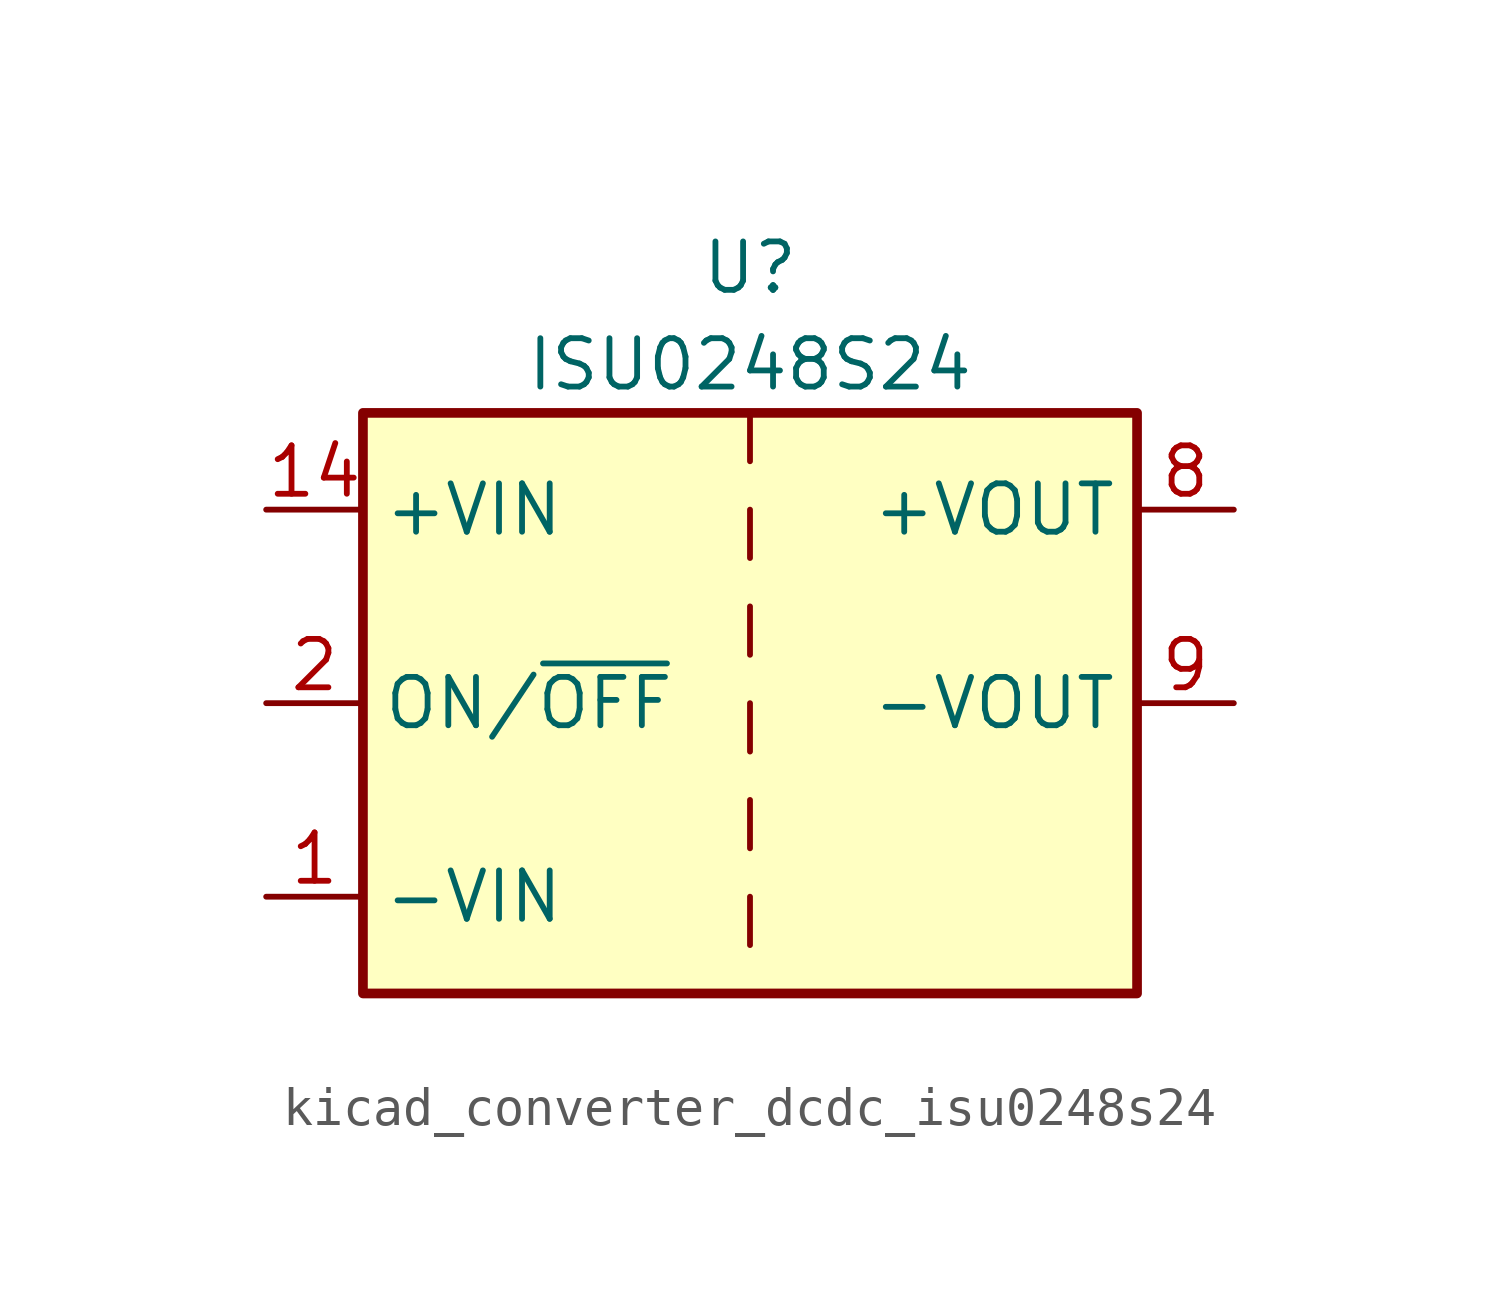
<source format=kicad_sym>
(kicad_symbol_lib
  (version 20220914)
  (generator kicad_symbol_editor)
  (symbol "kicad_converter_dcdc_isu0248s24"
    (property "Reference" "U"
      (at 0 11.43 0)
      (effects (font (size 1.27 1.27))))
    (property "Value" "ISU0248S24"
      (at 0 8.89 0)
      (effects (font (size 1.27 1.27))))
    (symbol "kicad_converter_dcdc_isu0248s24_0_1"
      (rectangle (start -10.16 7.62) (end 10.16 -7.62) (stroke (width 0.254) (type default)) (fill (type background)))
      (polyline (pts (xy 0 -5.08) (xy 0 -6.35)) (stroke (width 0) (type default)) (fill (type none)))
      (polyline (pts (xy 0 -2.54) (xy 0 -3.81)) (stroke (width 0) (type default)) (fill (type none)))
      (polyline (pts (xy 0 0) (xy 0 -1.27)) (stroke (width 0) (type default)) (fill (type none)))
      (polyline (pts (xy 0 2.54) (xy 0 1.27)) (stroke (width 0) (type default)) (fill (type none)))
      (polyline (pts (xy 0 5.08) (xy 0 3.81)) (stroke (width 0) (type default)) (fill (type none)))
      (polyline (pts (xy 0 7.62) (xy 0 6.35)) (stroke (width 0) (type default)) (fill (type none))))
    (symbol "kicad_converter_dcdc_isu0248s24_1_1"
      (pin power_in line (at -12.7 -5.08 0) (length 2.54) (name "-VIN" (effects (font (size 1.27 1.27)))) (number "1" (effects (font (size 1.27 1.27)))))
      (pin power_in line (at -12.7 5.08 0) (length 2.54) (name "+VIN" (effects (font (size 1.27 1.27)))) (number "14" (effects (font (size 1.27 1.27)))))
      (pin input line (at -12.7 0 0) (length 2.54) (name "ON/~{OFF}" (effects (font (size 1.27 1.27)))) (number "2" (effects (font (size 1.27 1.27)))))
      (pin no_connect line (at 10.16 -2.54 180) (length 2.54) hide (name "NC" (effects (font (size 1.27 1.27)))) (number "6" (effects (font (size 1.27 1.27)))))
      (pin no_connect line (at 10.16 -5.08 180) (length 2.54) hide (name "NC" (effects (font (size 1.27 1.27)))) (number "7" (effects (font (size 1.27 1.27)))))
      (pin power_out line (at 12.7 5.08 180) (length 2.54) (name "+VOUT" (effects (font (size 1.27 1.27)))) (number "8" (effects (font (size 1.27 1.27)))))
      (pin power_out line (at 12.7 0 180) (length 2.54) (name "-VOUT" (effects (font (size 1.27 1.27)))) (number "9" (effects (font (size 1.27 1.27))))))))
</source>
